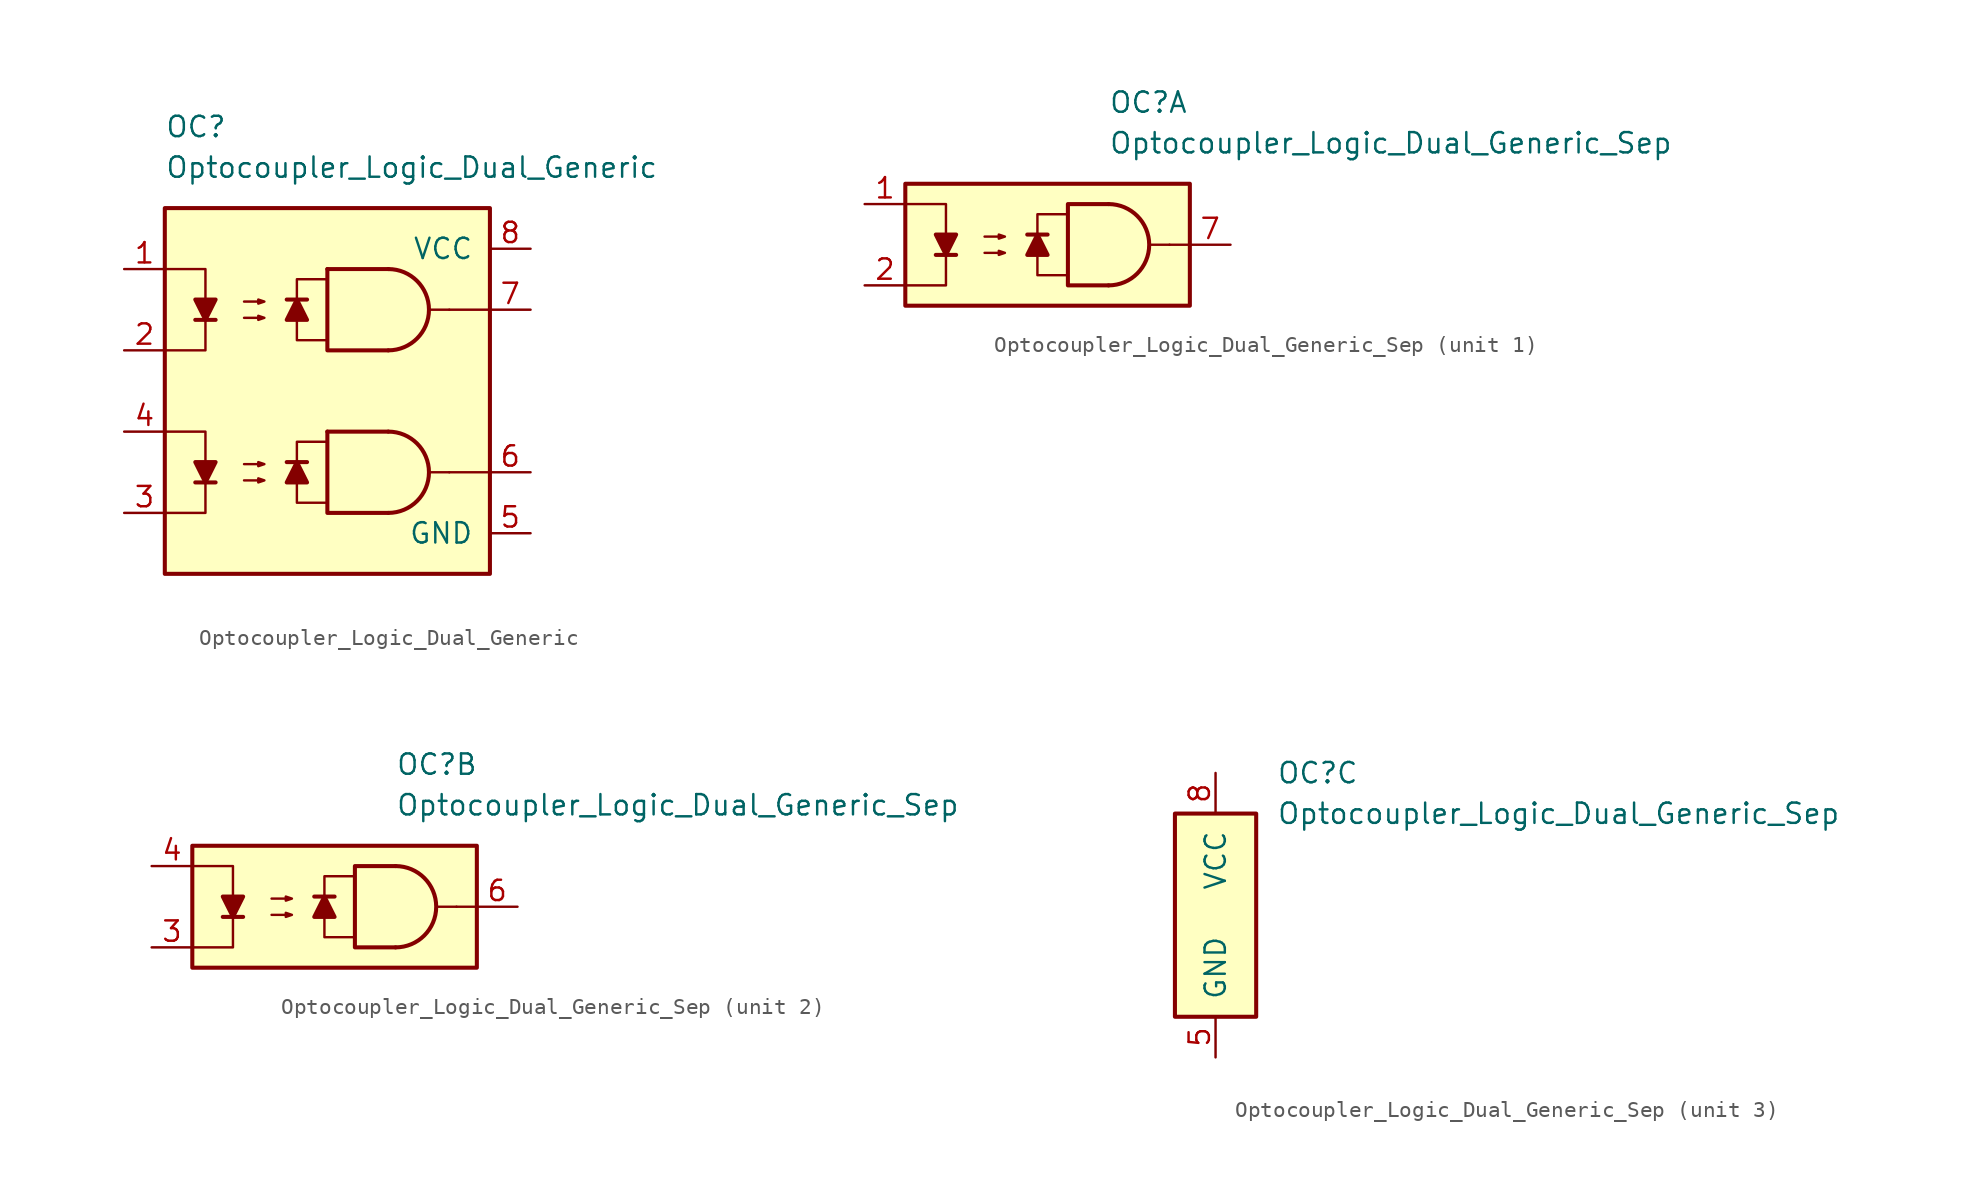
<source format=kicad_sym>
(kicad_symbol_lib
  (version 20211014)
  (generator kicad_symbol_editor)
  (symbol "Optocoupler_Logic_AKL:Optocoupler_Logic_Dual_Generic"
    (pin_names
      (offset 1.016))
    (property "Reference" "OC"
      (at -10.16 16.51 0)
      (effects (font (size 1.27 1.27)) (justify left)))
    (property "Value" "Optocoupler_Logic_Dual_Generic"
      (at -10.16 13.97 0)
      (effects (font (size 1.27 1.27)) (justify left)))
    (symbol "Optocoupler_Logic_Dual_Generic_0_0"
      (rectangle (start -10.16 11.43) (end 10.16 -11.43) (stroke (width 0.254) (type default) (color 0 0 0 0)) (fill (type background)))
      (polyline (pts (xy 7.62 -5.08) (xy 6.35 -5.08)) (stroke (width 0) (type default) (color 0 0 0 0)) (fill (type none)))
      (polyline (pts (xy 7.62 5.08) (xy 6.35 5.08)) (stroke (width 0) (type default) (color 0 0 0 0)) (fill (type none)))
      (polyline (pts (xy 10.16 -5.08) (xy 7.62 -5.08)) (stroke (width 0) (type default) (color 0 0 0 0)) (fill (type none))))
    (symbol "Optocoupler_Logic_Dual_Generic_0_1"
      (polyline (pts (xy -8.255 -5.715) (xy -6.985 -5.715)) (stroke (width 0.254) (type default) (color 0 0 0 0)) (fill (type none)))
      (polyline (pts (xy 0 -2.54) (xy 3.81 -2.54)) (stroke (width 0.254) (type default) (color 0 0 0 0)) (fill (type none)))
      (polyline (pts (xy -10.16 -2.54) (xy -7.62 -2.54) (xy -7.62 -5.715)) (stroke (width 0) (type default) (color 0 0 0 0)) (fill (type none)))
      (polyline (pts (xy -7.62 -5.715) (xy -7.62 -7.62) (xy -10.16 -7.62)) (stroke (width 0) (type default) (color 0 0 0 0)) (fill (type none)))
      (polyline (pts (xy 0 -2.54) (xy 0 -7.62) (xy 3.81 -7.62)) (stroke (width 0.254) (type default) (color 0 0 0 0)) (fill (type none)))
      (polyline (pts (xy -7.62 -5.715) (xy -8.255 -4.445) (xy -6.985 -4.445) (xy -7.62 -5.715)) (stroke (width 0.254) (type default) (color 0 0 0 0)) (fill (type outline)))
      (polyline (pts (xy 0 -6.985) (xy -1.905 -6.985) (xy -1.905 -3.175) (xy 0 -3.175)) (stroke (width 0.152) (type default) (color 0 0 0 0)) (fill (type none)))
      (polyline (pts (xy 0 3.175) (xy -1.905 3.175) (xy -1.905 6.985) (xy 0 6.985)) (stroke (width 0.152) (type default) (color 0 0 0 0)) (fill (type none)))
      (polyline (pts (xy -5.207 -5.588) (xy -3.937 -5.588) (xy -4.318 -5.715) (xy -4.318 -5.461) (xy -3.937 -5.588)) (stroke (width 0) (type default) (color 0 0 0 0)) (fill (type none)))
      (polyline (pts (xy -5.207 -4.572) (xy -3.937 -4.572) (xy -4.318 -4.699) (xy -4.318 -4.445) (xy -3.937 -4.572)) (stroke (width 0) (type default) (color 0 0 0 0)) (fill (type none)))
      (arc (start 3.81 -7.62) (mid 6.35 -5.08) (end 3.81 -2.54) (stroke (width 0.254) (type default) (color 0 0 0 0)) (fill (type none))))
    (symbol "Optocoupler_Logic_Dual_Generic_1_1"
      (polyline (pts (xy -8.255 4.445) (xy -6.985 4.445)) (stroke (width 0.254) (type default) (color 0 0 0 0)) (fill (type none)))
      (polyline (pts (xy -1.27 -4.445) (xy -2.54 -4.445)) (stroke (width 0.254) (type default) (color 0 0 0 0)) (fill (type none)))
      (polyline (pts (xy -1.27 5.715) (xy -2.54 5.715)) (stroke (width 0.254) (type default) (color 0 0 0 0)) (fill (type none)))
      (polyline (pts (xy 0 7.62) (xy 3.81 7.62)) (stroke (width 0.254) (type default) (color 0 0 0 0)) (fill (type none)))
      (polyline (pts (xy 10.16 5.08) (xy 7.62 5.08)) (stroke (width 0) (type default) (color 0 0 0 0)) (fill (type none)))
      (polyline (pts (xy -10.16 7.62) (xy -7.62 7.62) (xy -7.62 4.445)) (stroke (width 0) (type default) (color 0 0 0 0)) (fill (type none)))
      (polyline (pts (xy -7.62 4.445) (xy -7.62 2.54) (xy -10.16 2.54)) (stroke (width 0) (type default) (color 0 0 0 0)) (fill (type none)))
      (polyline (pts (xy 0 7.62) (xy 0 2.54) (xy 3.81 2.54)) (stroke (width 0.254) (type default) (color 0 0 0 0)) (fill (type none)))
      (polyline (pts (xy -7.62 4.445) (xy -8.255 5.715) (xy -6.985 5.715) (xy -7.62 4.445)) (stroke (width 0.254) (type default) (color 0 0 0 0)) (fill (type outline)))
      (polyline (pts (xy -1.905 -4.445) (xy -1.27 -5.715) (xy -2.54 -5.715) (xy -1.905 -4.445)) (stroke (width 0.254) (type default) (color 0 0 0 0)) (fill (type outline)))
      (polyline (pts (xy -1.905 5.715) (xy -1.27 4.445) (xy -2.54 4.445) (xy -1.905 5.715)) (stroke (width 0.254) (type default) (color 0 0 0 0)) (fill (type outline)))
      (polyline (pts (xy -5.207 4.572) (xy -3.937 4.572) (xy -4.318 4.445) (xy -4.318 4.699) (xy -3.937 4.572)) (stroke (width 0) (type default) (color 0 0 0 0)) (fill (type none)))
      (polyline (pts (xy -5.207 5.588) (xy -3.937 5.588) (xy -4.318 5.461) (xy -4.318 5.715) (xy -3.937 5.588)) (stroke (width 0) (type default) (color 0 0 0 0)) (fill (type none)))
      (arc (start 3.81 2.54) (mid 6.35 5.08) (end 3.81 7.62) (stroke (width 0.254) (type default) (color 0 0 0 0)) (fill (type none)))
      (pin passive line (at -12.7 7.62 0) (length 2.54) (name "~" (effects (font (size 1.27 1.27)))) (number "1" (effects (font (size 1.27 1.27)))))
      (pin passive line (at -12.7 2.54 0) (length 2.54) (name "~" (effects (font (size 1.27 1.27)))) (number "2" (effects (font (size 1.27 1.27)))))
      (pin passive line (at -12.7 -7.62 0) (length 2.54) (name "~" (effects (font (size 1.27 1.27)))) (number "3" (effects (font (size 1.27 1.27)))))
      (pin passive line (at -12.7 -2.54 0) (length 2.54) (name "~" (effects (font (size 1.27 1.27)))) (number "4" (effects (font (size 1.27 1.27)))))
      (pin power_in line (at 12.7 -8.89 180) (length 2.54) (name "GND" (effects (font (size 1.27 1.27)))) (number "5" (effects (font (size 1.27 1.27)))))
      (pin output line (at 12.7 -5.08 180) (length 2.54) (name "~" (effects (font (size 1.27 1.27)))) (number "6" (effects (font (size 1.27 1.27)))))
      (pin output line (at 12.7 5.08 180) (length 2.54) (name "~" (effects (font (size 1.27 1.27)))) (number "7" (effects (font (size 1.27 1.27)))))
      (pin power_in line (at 12.7 8.89 180) (length 2.54) (name "VCC" (effects (font (size 1.27 1.27)))) (number "8" (effects (font (size 1.27 1.27)))))))
  (symbol "Optocoupler_Logic_AKL:Optocoupler_Logic_Dual_Generic_Sep"
    (pin_names
      (offset 1.016))
    (property "Reference" "OC"
      (at 3.81 8.89 0)
      (effects (font (size 1.27 1.27)) (justify left)))
    (property "Value" "Optocoupler_Logic_Dual_Generic_Sep"
      (at 3.81 6.35 0)
      (effects (font (size 1.27 1.27)) (justify left)))
    (property "ki_locked" ""
      (at 0 0 0)
      (effects (font (size 1.27 1.27))))
    (symbol "Optocoupler_Logic_Dual_Generic_Sep_1_0"
      (rectangle (start -8.89 3.81) (end 8.89 -3.81) (stroke (width 0.254) (type default) (color 0 0 0 0)) (fill (type background)))
      (polyline (pts (xy 7.62 0) (xy 6.35 0)) (stroke (width 0) (type default) (color 0 0 0 0)) (fill (type none)))
      (polyline (pts (xy 8.89 0) (xy 7.62 0)) (stroke (width 0) (type default) (color 0 0 0 0)) (fill (type none)))
      (polyline (pts (xy 3.81 -2.54) (xy 1.27 -2.54) (xy 1.27 2.54) (xy 3.81 2.54)) (stroke (width 0.254) (type default) (color 0 0 0 0)) (fill (type none))))
    (symbol "Optocoupler_Logic_Dual_Generic_Sep_1_1"
      (polyline (pts (xy -6.985 -0.635) (xy -5.715 -0.635)) (stroke (width 0.254) (type default) (color 0 0 0 0)) (fill (type none)))
      (polyline (pts (xy 0 0.635) (xy -1.27 0.635)) (stroke (width 0.254) (type default) (color 0 0 0 0)) (fill (type none)))
      (polyline (pts (xy -8.89 2.54) (xy -6.35 2.54) (xy -6.35 -0.635)) (stroke (width 0) (type default) (color 0 0 0 0)) (fill (type none)))
      (polyline (pts (xy -6.35 -0.635) (xy -6.35 -2.54) (xy -8.89 -2.54)) (stroke (width 0) (type default) (color 0 0 0 0)) (fill (type none)))
      (polyline (pts (xy -6.35 -0.635) (xy -6.985 0.635) (xy -5.715 0.635) (xy -6.35 -0.635)) (stroke (width 0.254) (type default) (color 0 0 0 0)) (fill (type outline)))
      (polyline (pts (xy -0.635 0.635) (xy 0 -0.635) (xy -1.27 -0.635) (xy -0.635 0.635)) (stroke (width 0.254) (type default) (color 0 0 0 0)) (fill (type outline)))
      (polyline (pts (xy 1.27 -1.905) (xy -0.635 -1.905) (xy -0.635 1.905) (xy 1.27 1.905)) (stroke (width 0.152) (type default) (color 0 0 0 0)) (fill (type none)))
      (polyline (pts (xy -3.937 -0.508) (xy -2.667 -0.508) (xy -3.048 -0.635) (xy -3.048 -0.381) (xy -2.667 -0.508)) (stroke (width 0) (type default) (color 0 0 0 0)) (fill (type none)))
      (polyline (pts (xy -3.937 0.508) (xy -2.667 0.508) (xy -3.048 0.381) (xy -3.048 0.635) (xy -2.667 0.508)) (stroke (width 0) (type default) (color 0 0 0 0)) (fill (type none)))
      (arc (start 3.81 -2.54) (mid 6.35 0) (end 3.81 2.54) (stroke (width 0.254) (type default) (color 0 0 0 0)) (fill (type none)))
      (pin passive line (at -11.43 2.54 0) (length 2.54) (name "~" (effects (font (size 1.27 1.27)))) (number "1" (effects (font (size 1.27 1.27)))))
      (pin passive line (at -11.43 -2.54 0) (length 2.54) (name "~" (effects (font (size 1.27 1.27)))) (number "2" (effects (font (size 1.27 1.27)))))
      (pin output line (at 11.43 0 180) (length 2.54) (name "~" (effects (font (size 1.27 1.27)))) (number "7" (effects (font (size 1.27 1.27))))))
    (symbol "Optocoupler_Logic_Dual_Generic_Sep_2_0"
      (rectangle (start -8.89 3.81) (end 8.89 -3.81) (stroke (width 0.254) (type default) (color 0 0 0 0)) (fill (type background)))
      (polyline (pts (xy 7.62 0) (xy 6.35 0)) (stroke (width 0) (type default) (color 0 0 0 0)) (fill (type none)))
      (polyline (pts (xy 8.89 0) (xy 7.62 0)) (stroke (width 0) (type default) (color 0 0 0 0)) (fill (type none)))
      (polyline (pts (xy 3.81 -2.54) (xy 1.27 -2.54) (xy 1.27 2.54) (xy 3.81 2.54)) (stroke (width 0.254) (type default) (color 0 0 0 0)) (fill (type none))))
    (symbol "Optocoupler_Logic_Dual_Generic_Sep_2_1"
      (polyline (pts (xy -6.985 -0.635) (xy -5.715 -0.635)) (stroke (width 0.254) (type default) (color 0 0 0 0)) (fill (type none)))
      (polyline (pts (xy 0 0.635) (xy -1.27 0.635)) (stroke (width 0.254) (type default) (color 0 0 0 0)) (fill (type none)))
      (polyline (pts (xy -8.89 2.54) (xy -6.35 2.54) (xy -6.35 -0.635)) (stroke (width 0) (type default) (color 0 0 0 0)) (fill (type none)))
      (polyline (pts (xy -6.35 -0.635) (xy -6.35 -2.54) (xy -8.89 -2.54)) (stroke (width 0) (type default) (color 0 0 0 0)) (fill (type none)))
      (polyline (pts (xy -6.35 -0.635) (xy -6.985 0.635) (xy -5.715 0.635) (xy -6.35 -0.635)) (stroke (width 0.254) (type default) (color 0 0 0 0)) (fill (type outline)))
      (polyline (pts (xy -0.635 0.635) (xy 0 -0.635) (xy -1.27 -0.635) (xy -0.635 0.635)) (stroke (width 0.254) (type default) (color 0 0 0 0)) (fill (type outline)))
      (polyline (pts (xy 1.27 -1.905) (xy -0.635 -1.905) (xy -0.635 1.905) (xy 1.27 1.905)) (stroke (width 0.152) (type default) (color 0 0 0 0)) (fill (type none)))
      (polyline (pts (xy -3.937 -0.508) (xy -2.667 -0.508) (xy -3.048 -0.635) (xy -3.048 -0.381) (xy -2.667 -0.508)) (stroke (width 0) (type default) (color 0 0 0 0)) (fill (type none)))
      (polyline (pts (xy -3.937 0.508) (xy -2.667 0.508) (xy -3.048 0.381) (xy -3.048 0.635) (xy -2.667 0.508)) (stroke (width 0) (type default) (color 0 0 0 0)) (fill (type none)))
      (arc (start 3.81 -2.54) (mid 6.35 0) (end 3.81 2.54) (stroke (width 0.254) (type default) (color 0 0 0 0)) (fill (type none)))
      (pin passive line (at -11.43 -2.54 0) (length 2.54) (name "~" (effects (font (size 1.27 1.27)))) (number "3" (effects (font (size 1.27 1.27)))))
      (pin passive line (at -11.43 2.54 0) (length 2.54) (name "~" (effects (font (size 1.27 1.27)))) (number "4" (effects (font (size 1.27 1.27)))))
      (pin output line (at 11.43 0 180) (length 2.54) (name "~" (effects (font (size 1.27 1.27)))) (number "6" (effects (font (size 1.27 1.27))))))
    (symbol "Optocoupler_Logic_Dual_Generic_Sep_3_0"
      (rectangle (start -2.54 6.35) (end 2.54 -6.35) (stroke (width 0.254) (type default) (color 0 0 0 0)) (fill (type background))))
    (symbol "Optocoupler_Logic_Dual_Generic_Sep_3_1"
      (pin power_in line (at 0 -8.89 90) (length 2.54) (name "GND" (effects (font (size 1.27 1.27)))) (number "5" (effects (font (size 1.27 1.27)))))
      (pin power_in line (at 0 8.89 270) (length 2.54) (name "VCC" (effects (font (size 1.27 1.27)))) (number "8" (effects (font (size 1.27 1.27))))))))
</source>
